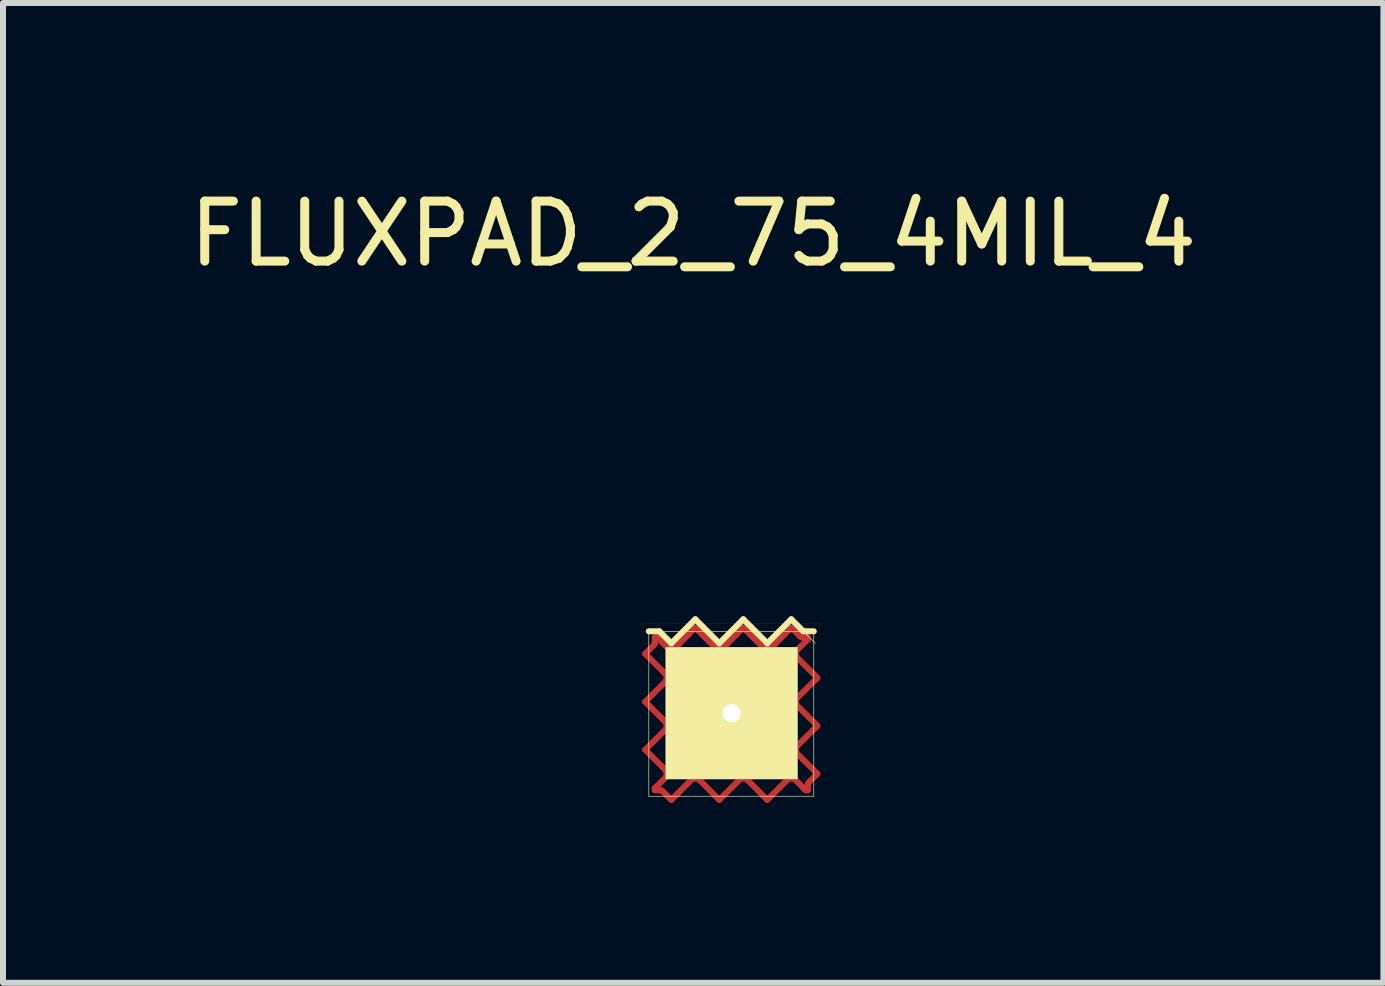
<source format=kicad_pcb>
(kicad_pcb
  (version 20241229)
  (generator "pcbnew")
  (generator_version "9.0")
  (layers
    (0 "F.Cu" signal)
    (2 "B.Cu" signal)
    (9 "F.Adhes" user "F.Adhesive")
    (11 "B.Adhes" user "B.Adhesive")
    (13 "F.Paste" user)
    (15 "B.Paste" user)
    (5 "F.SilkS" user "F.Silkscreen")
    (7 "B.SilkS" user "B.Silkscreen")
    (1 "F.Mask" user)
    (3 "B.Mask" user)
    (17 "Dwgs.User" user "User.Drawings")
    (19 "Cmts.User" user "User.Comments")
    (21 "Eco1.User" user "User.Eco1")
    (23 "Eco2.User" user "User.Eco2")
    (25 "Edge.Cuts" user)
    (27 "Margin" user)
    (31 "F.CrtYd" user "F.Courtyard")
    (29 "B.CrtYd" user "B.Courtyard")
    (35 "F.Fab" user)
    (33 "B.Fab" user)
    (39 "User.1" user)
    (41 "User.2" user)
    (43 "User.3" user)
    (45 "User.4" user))
  (footprint "FLUXPAD_2_75_4MIL_4"
    (layer "F.Cu")
    (at 9.141 8.849)
    (property "Reference" "FLUXPAD_2_75_4MIL_4" (at -0.635 -8.001 0) (layer "F.SilkS") (effects (font (size 1 1) (thickness 0.15))))
    (attr through_hole)
    (fp_line (start -1.435 -1) (end -1.295 -1.14) (stroke (width 0.1) (type solid)) (layer "F.Cu"))
    (fp_line (start -1.435 -0.2) (end -1.09 -0.545) (stroke (width 0.1) (type solid)) (layer "F.Cu"))
    (fp_line (start -1.435 0.6) (end -1.095 0.26) (stroke (width 0.1) (type solid)) (layer "F.Cu"))
    (fp_line (start -1.295 -1.14) (end -1.28 -1.165) (stroke (width 0.1) (type solid)) (layer "F.Cu"))
    (fp_line (start -1.28 -1.165) (end -1.275 -1.185) (stroke (width 0.1) (type solid)) (layer "F.Cu"))
    (fp_line (start -1.275 -1.275) (end -1.24 -1.275) (stroke (width 0.1) (type solid)) (layer "F.Cu"))
    (fp_line (start -1.275 -1.195) (end -1.275 -1.275) (stroke (width 0.1) (type solid)) (layer "F.Cu"))
    (fp_line (start -1.275 -1.185) (end -1.275 -1.195) (stroke (width 0.1) (type solid)) (layer "F.Cu"))
    (fp_line (start -1.275 1.24) (end -1.085 1.05) (stroke (width 0.1) (type solid)) (layer "F.Cu"))
    (fp_line (start -1.275 1.275) (end -1.275 1.24) (stroke (width 0.1) (type solid)) (layer "F.Cu"))
    (fp_line (start -1.24 -1.275) (end -1.05 -1.085) (stroke (width 0.1) (type solid)) (layer "F.Cu"))
    (fp_line (start -1.195 1.275) (end -1.275 1.275) (stroke (width 0.1) (type solid)) (layer "F.Cu"))
    (fp_line (start -1.185 1.275) (end -1.195 1.275) (stroke (width 0.1) (type solid)) (layer "F.Cu"))
    (fp_line (start -1.165 1.28) (end -1.185 1.275) (stroke (width 0.1) (type solid)) (layer "F.Cu"))
    (fp_line (start -1.14 1.295) (end -1.165 1.28) (stroke (width 0.1) (type solid)) (layer "F.Cu"))
    (fp_line (start -1.1 0.935) (end -1.435 0.6) (stroke (width 0.1) (type solid)) (layer "F.Cu"))
    (fp_line (start -1.095 -0.66) (end -1.435 -1) (stroke (width 0.1) (type solid)) (layer "F.Cu"))
    (fp_line (start -1.095 0.14) (end -1.435 -0.2) (stroke (width 0.1) (type solid)) (layer "F.Cu"))
    (fp_line (start -1.095 0.26) (end -1.08 0.235) (stroke (width 0.1) (type solid)) (layer "F.Cu"))
    (fp_line (start -1.09 -0.545) (end -1.08 -0.57) (stroke (width 0.1) (type solid)) (layer "F.Cu"))
    (fp_line (start -1.09 0.14) (end -1.095 0.14) (stroke (width 0.1) (type solid)) (layer "F.Cu"))
    (fp_line (start -1.09 0.945) (end -1.1 0.935) (stroke (width 0.1) (type solid)) (layer "F.Cu"))
    (fp_line (start -1.085 -0.645) (end -1.095 -0.66) (stroke (width 0.1) (type solid)) (layer "F.Cu"))
    (fp_line (start -1.085 1.05) (end -1.08 1.03) (stroke (width 0.1) (type solid)) (layer "F.Cu"))
    (fp_line (start -1.08 -0.57) (end -1.075 -0.59) (stroke (width 0.1) (type solid)) (layer "F.Cu"))
    (fp_line (start -1.08 0.17) (end -1.09 0.14) (stroke (width 0.1) (type solid)) (layer "F.Cu"))
    (fp_line (start -1.08 0.235) (end -1.075 0.21) (stroke (width 0.1) (type solid)) (layer "F.Cu"))
    (fp_line (start -1.08 0.97) (end -1.09 0.945) (stroke (width 0.1) (type solid)) (layer "F.Cu"))
    (fp_line (start -1.08 1.03) (end -1.075 1.01) (stroke (width 0.1) (type solid)) (layer "F.Cu"))
    (fp_line (start -1.075 -0.635) (end -1.085 -0.645) (stroke (width 0.1) (type solid)) (layer "F.Cu"))
    (fp_line (start -1.075 -0.6) (end -1.075 -0.635) (stroke (width 0.1) (type solid)) (layer "F.Cu"))
    (fp_line (start -1.075 -0.59) (end -1.075 -0.6) (stroke (width 0.1) (type solid)) (layer "F.Cu"))
    (fp_line (start -1.075 0.18) (end -1.08 0.17) (stroke (width 0.1) (type solid)) (layer "F.Cu"))
    (fp_line (start -1.075 0.21) (end -1.075 0.18) (stroke (width 0.1) (type solid)) (layer "F.Cu"))
    (fp_line (start -1.075 0.97) (end -1.08 0.97) (stroke (width 0.1) (type solid)) (layer "F.Cu"))
    (fp_line (start -1.075 1) (end -1.075 0.97) (stroke (width 0.1) (type solid)) (layer "F.Cu"))
    (fp_line (start -1.075 1.01) (end -1.075 1) (stroke (width 0.1) (type solid)) (layer "F.Cu"))
    (fp_line (start -1.05 -1.085) (end -1.03 -1.08) (stroke (width 0.1) (type solid)) (layer "F.Cu"))
    (fp_line (start -1.03 -1.08) (end -1.01 -1.075) (stroke (width 0.1) (type solid)) (layer "F.Cu"))
    (fp_line (start -1.01 -1.075) (end -1 -1.075) (stroke (width 0.1) (type solid)) (layer "F.Cu"))
    (fp_line (start -1 -1.075) (end -0.97 -1.075) (stroke (width 0.1) (type solid)) (layer "F.Cu"))
    (fp_line (start -1 1.435) (end -1.14 1.295) (stroke (width 0.1) (type solid)) (layer "F.Cu"))
    (fp_line (start -0.97 -1.08) (end -0.945 -1.09) (stroke (width 0.1) (type solid)) (layer "F.Cu"))
    (fp_line (start -0.97 -1.075) (end -0.97 -1.08) (stroke (width 0.1) (type solid)) (layer "F.Cu"))
    (fp_line (start -0.945 -1.09) (end -0.935 -1.1) (stroke (width 0.1) (type solid)) (layer "F.Cu"))
    (fp_line (start -0.935 -1.1) (end -0.6 -1.435) (stroke (width 0.1) (type solid)) (layer "F.Cu"))
    (fp_line (start -0.66 1.095) (end -1 1.435) (stroke (width 0.1) (type solid)) (layer "F.Cu"))
    (fp_line (start -0.645 1.085) (end -0.66 1.095) (stroke (width 0.1) (type solid)) (layer "F.Cu"))
    (fp_line (start -0.635 1.075) (end -0.645 1.085) (stroke (width 0.1) (type solid)) (layer "F.Cu"))
    (fp_line (start -0.6 -1.435) (end -0.26 -1.095) (stroke (width 0.1) (type solid)) (layer "F.Cu"))
    (fp_line (start -0.6 1.075) (end -0.635 1.075) (stroke (width 0.1) (type solid)) (layer "F.Cu"))
    (fp_line (start -0.59 1.075) (end -0.6 1.075) (stroke (width 0.1) (type solid)) (layer "F.Cu"))
    (fp_line (start -0.57 1.08) (end -0.59 1.075) (stroke (width 0.1) (type solid)) (layer "F.Cu"))
    (fp_line (start -0.545 1.09) (end -0.57 1.08) (stroke (width 0.1) (type solid)) (layer "F.Cu"))
    (fp_line (start -0.26 -1.095) (end -0.235 -1.08) (stroke (width 0.1) (type solid)) (layer "F.Cu"))
    (fp_line (start -0.235 -1.08) (end -0.21 -1.075) (stroke (width 0.1) (type solid)) (layer "F.Cu"))
    (fp_line (start -0.21 -1.075) (end -0.18 -1.075) (stroke (width 0.1) (type solid)) (layer "F.Cu"))
    (fp_line (start -0.2 1.435) (end -0.545 1.09) (stroke (width 0.1) (type solid)) (layer "F.Cu"))
    (fp_line (start -0.18 -1.075) (end -0.17 -1.08) (stroke (width 0.1) (type solid)) (layer "F.Cu"))
    (fp_line (start -0.17 -1.08) (end -0.14 -1.09) (stroke (width 0.1) (type solid)) (layer "F.Cu"))
    (fp_line (start -0.14 -1.095) (end 0.2 -1.435) (stroke (width 0.1) (type solid)) (layer "F.Cu"))
    (fp_line (start -0.14 -1.09) (end -0.14 -1.095) (stroke (width 0.1) (type solid)) (layer "F.Cu"))
    (fp_line (start 0.14 1.09) (end 0.14 1.095) (stroke (width 0.1) (type solid)) (layer "F.Cu"))
    (fp_line (start 0.14 1.095) (end -0.2 1.435) (stroke (width 0.1) (type solid)) (layer "F.Cu"))
    (fp_line (start 0.17 1.08) (end 0.14 1.09) (stroke (width 0.1) (type solid)) (layer "F.Cu"))
    (fp_line (start 0.18 1.075) (end 0.17 1.08) (stroke (width 0.1) (type solid)) (layer "F.Cu"))
    (fp_line (start 0.2 -1.435) (end 0.545 -1.09) (stroke (width 0.1) (type solid)) (layer "F.Cu"))
    (fp_line (start 0.21 1.075) (end 0.18 1.075) (stroke (width 0.1) (type solid)) (layer "F.Cu"))
    (fp_line (start 0.235 1.08) (end 0.21 1.075) (stroke (width 0.1) (type solid)) (layer "F.Cu"))
    (fp_line (start 0.26 1.095) (end 0.235 1.08) (stroke (width 0.1) (type solid)) (layer "F.Cu"))
    (fp_line (start 0.545 -1.09) (end 0.57 -1.08) (stroke (width 0.1) (type solid)) (layer "F.Cu"))
    (fp_line (start 0.57 -1.08) (end 0.59 -1.075) (stroke (width 0.1) (type solid)) (layer "F.Cu"))
    (fp_line (start 0.59 -1.075) (end 0.6 -1.075) (stroke (width 0.1) (type solid)) (layer "F.Cu"))
    (fp_line (start 0.6 -1.075) (end 0.635 -1.075) (stroke (width 0.1) (type solid)) (layer "F.Cu"))
    (fp_line (start 0.6 1.435) (end 0.26 1.095) (stroke (width 0.1) (type solid)) (layer "F.Cu"))
    (fp_line (start 0.635 -1.075) (end 0.645 -1.085) (stroke (width 0.1) (type solid)) (layer "F.Cu"))
    (fp_line (start 0.645 -1.085) (end 0.66 -1.095) (stroke (width 0.1) (type solid)) (layer "F.Cu"))
    (fp_line (start 0.66 -1.095) (end 1 -1.435) (stroke (width 0.1) (type solid)) (layer "F.Cu"))
    (fp_line (start 0.935 1.1) (end 0.6 1.435) (stroke (width 0.1) (type solid)) (layer "F.Cu"))
    (fp_line (start 0.945 1.09) (end 0.935 1.1) (stroke (width 0.1) (type solid)) (layer "F.Cu"))
    (fp_line (start 0.97 1.075) (end 0.97 1.08) (stroke (width 0.1) (type solid)) (layer "F.Cu"))
    (fp_line (start 0.97 1.08) (end 0.945 1.09) (stroke (width 0.1) (type solid)) (layer "F.Cu"))
    (fp_line (start 1 -1.435) (end 1.14 -1.295) (stroke (width 0.1) (type solid)) (layer "F.Cu"))
    (fp_line (start 1 1.075) (end 0.97 1.075) (stroke (width 0.1) (type solid)) (layer "F.Cu"))
    (fp_line (start 1.01 1.075) (end 1 1.075) (stroke (width 0.1) (type solid)) (layer "F.Cu"))
    (fp_line (start 1.03 1.08) (end 1.01 1.075) (stroke (width 0.1) (type solid)) (layer "F.Cu"))
    (fp_line (start 1.05 1.085) (end 1.03 1.08) (stroke (width 0.1) (type solid)) (layer "F.Cu"))
    (fp_line (start 1.075 -1.01) (end 1.075 -1) (stroke (width 0.1) (type solid)) (layer "F.Cu"))
    (fp_line (start 1.075 -1) (end 1.075 -0.97) (stroke (width 0.1) (type solid)) (layer "F.Cu"))
    (fp_line (start 1.075 -0.97) (end 1.08 -0.97) (stroke (width 0.1) (type solid)) (layer "F.Cu"))
    (fp_line (start 1.075 -0.21) (end 1.075 -0.18) (stroke (width 0.1) (type solid)) (layer "F.Cu"))
    (fp_line (start 1.075 -0.18) (end 1.08 -0.17) (stroke (width 0.1) (type solid)) (layer "F.Cu"))
    (fp_line (start 1.075 0.59) (end 1.075 0.6) (stroke (width 0.1) (type solid)) (layer "F.Cu"))
    (fp_line (start 1.075 0.6) (end 1.075 0.635) (stroke (width 0.1) (type solid)) (layer "F.Cu"))
    (fp_line (start 1.075 0.635) (end 1.085 0.645) (stroke (width 0.1) (type solid)) (layer "F.Cu"))
    (fp_line (start 1.08 -1.03) (end 1.075 -1.01) (stroke (width 0.1) (type solid)) (layer "F.Cu"))
    (fp_line (start 1.08 -0.97) (end 1.09 -0.945) (stroke (width 0.1) (type solid)) (layer "F.Cu"))
    (fp_line (start 1.08 -0.235) (end 1.075 -0.21) (stroke (width 0.1) (type solid)) (layer "F.Cu"))
    (fp_line (start 1.08 -0.17) (end 1.09 -0.14) (stroke (width 0.1) (type solid)) (layer "F.Cu"))
    (fp_line (start 1.08 0.57) (end 1.075 0.59) (stroke (width 0.1) (type solid)) (layer "F.Cu"))
    (fp_line (start 1.085 -1.05) (end 1.08 -1.03) (stroke (width 0.1) (type solid)) (layer "F.Cu"))
    (fp_line (start 1.085 0.645) (end 1.095 0.66) (stroke (width 0.1) (type solid)) (layer "F.Cu"))
    (fp_line (start 1.09 -0.945) (end 1.1 -0.935) (stroke (width 0.1) (type solid)) (layer "F.Cu"))
    (fp_line (start 1.09 -0.14) (end 1.095 -0.14) (stroke (width 0.1) (type solid)) (layer "F.Cu"))
    (fp_line (start 1.09 0.545) (end 1.08 0.57) (stroke (width 0.1) (type solid)) (layer "F.Cu"))
    (fp_line (start 1.095 -0.26) (end 1.08 -0.235) (stroke (width 0.1) (type solid)) (layer "F.Cu"))
    (fp_line (start 1.095 -0.14) (end 1.435 0.2) (stroke (width 0.1) (type solid)) (layer "F.Cu"))
    (fp_line (start 1.095 0.66) (end 1.435 1) (stroke (width 0.1) (type solid)) (layer "F.Cu"))
    (fp_line (start 1.1 -0.935) (end 1.435 -0.6) (stroke (width 0.1) (type solid)) (layer "F.Cu"))
    (fp_line (start 1.14 -1.295) (end 1.165 -1.28) (stroke (width 0.1) (type solid)) (layer "F.Cu"))
    (fp_line (start 1.165 -1.28) (end 1.185 -1.275) (stroke (width 0.1) (type solid)) (layer "F.Cu"))
    (fp_line (start 1.185 -1.275) (end 1.195 -1.275) (stroke (width 0.1) (type solid)) (layer "F.Cu"))
    (fp_line (start 1.195 -1.275) (end 1.275 -1.275) (stroke (width 0.1) (type solid)) (layer "F.Cu"))
    (fp_line (start 1.24 1.275) (end 1.05 1.085) (stroke (width 0.1) (type solid)) (layer "F.Cu"))
    (fp_line (start 1.275 -1.275) (end 1.275 -1.24) (stroke (width 0.1) (type solid)) (layer "F.Cu"))
    (fp_line (start 1.275 -1.24) (end 1.085 -1.05) (stroke (width 0.1) (type solid)) (layer "F.Cu"))
    (fp_line (start 1.275 1.185) (end 1.275 1.195) (stroke (width 0.1) (type solid)) (layer "F.Cu"))
    (fp_line (start 1.275 1.195) (end 1.275 1.275) (stroke (width 0.1) (type solid)) (layer "F.Cu"))
    (fp_line (start 1.275 1.275) (end 1.24 1.275) (stroke (width 0.1) (type solid)) (layer "F.Cu"))
    (fp_line (start 1.28 1.165) (end 1.275 1.185) (stroke (width 0.1) (type solid)) (layer "F.Cu"))
    (fp_line (start 1.295 1.14) (end 1.28 1.165) (stroke (width 0.1) (type solid)) (layer "F.Cu"))
    (fp_line (start 1.435 -0.6) (end 1.095 -0.26) (stroke (width 0.1) (type solid)) (layer "F.Cu"))
    (fp_line (start 1.435 0.2) (end 1.09 0.545) (stroke (width 0.1) (type solid)) (layer "F.Cu"))
    (fp_line (start 1.435 1) (end 1.295 1.14) (stroke (width 0.1) (type solid)) (layer "F.Cu"))
    (fp_line (start -1.375 -1.375) (end -1.375 1.375) (stroke (width 0.01) (type solid)) (layer "F.SilkS"))
    (fp_line (start -1.375 -1.375) (end -1.2 -1.375) (stroke (width 0.1) (type solid)) (layer "F.SilkS"))
    (fp_line (start -1.375 1.375) (end 1.375 1.375) (stroke (width 0.01) (type solid)) (layer "F.SilkS"))
    (fp_line (start -1.2 -1.375) (end -1 -1.175) (stroke (width 0.1) (type solid)) (layer "F.SilkS"))
    (fp_line (start -1 -1.175) (end -1.2 -1.375) (stroke (width 0.01) (type solid)) (layer "F.SilkS"))
    (fp_line (start -1 -1.175) (end -0.6 -1.575) (stroke (width 0.1) (type solid)) (layer "F.SilkS"))
    (fp_line (start -0.6 -1.575) (end -1 -1.175) (stroke (width 0.01) (type solid)) (layer "F.SilkS"))
    (fp_line (start -0.6 -1.575) (end -0.2 -1.175) (stroke (width 0.1) (type solid)) (layer "F.SilkS"))
    (fp_line (start -0.2 -1.175) (end -0.6 -1.575) (stroke (width 0.01) (type solid)) (layer "F.SilkS"))
    (fp_line (start -0.2 -1.175) (end 0.2 -1.575) (stroke (width 0.1) (type solid)) (layer "F.SilkS"))
    (fp_line (start 0 -1.375) (end -0.2 -1.175) (stroke (width 0.01) (type solid)) (layer "F.SilkS"))
    (fp_line (start 0 -1.375) (end 0.2 -1.575) (stroke (width 0.01) (type solid)) (layer "F.SilkS"))
    (fp_line (start 0.2 -1.575) (end 0.6 -1.175) (stroke (width 0.01) (type solid)) (layer "F.SilkS"))
    (fp_line (start 0.2 -1.575) (end 0.6 -1.175) (stroke (width 0.1) (type solid)) (layer "F.SilkS"))
    (fp_line (start 0.6 -1.175) (end 1 -1.575) (stroke (width 0.01) (type solid)) (layer "F.SilkS"))
    (fp_line (start 0.6 -1.175) (end 1 -1.575) (stroke (width 0.1) (type solid)) (layer "F.SilkS"))
    (fp_line (start 1 -1.575) (end 1.2 -1.375) (stroke (width 0.1) (type solid)) (layer "F.SilkS"))
    (fp_line (start 1 -1.575) (end 1.4 -1.175) (stroke (width 0.01) (type solid)) (layer "F.SilkS"))
    (fp_line (start 1.2 -1.375) (end 1.375 -1.375) (stroke (width 0.1) (type solid)) (layer "F.SilkS"))
    (fp_line (start 1.375 -1.375) (end -1.375 -1.375) (stroke (width 0.01) (type solid)) (layer "F.SilkS"))
    (fp_line (start 1.375 1.375) (end 1.375 -1.375) (stroke (width 0.01) (type solid)) (layer "F.SilkS"))
    (fp_line (start -1.5 -1.5) (end 1.5 -1.5) (stroke (width 0.001) (type solid)) (layer "B.SilkS"))
    (pad "1" thru_hole rect (at 0.005 -0.01) (size 2.2 2.2) (drill 0.3) (layers "*.Mask" "F.Cu" "F.SilkS")))
  (gr_rect
    (start -3 -3)
    (end 20.012 13.334)
    (stroke (width 0.1) (type default))
    (fill no)
    (layer "Edge.Cuts")))
</source>
